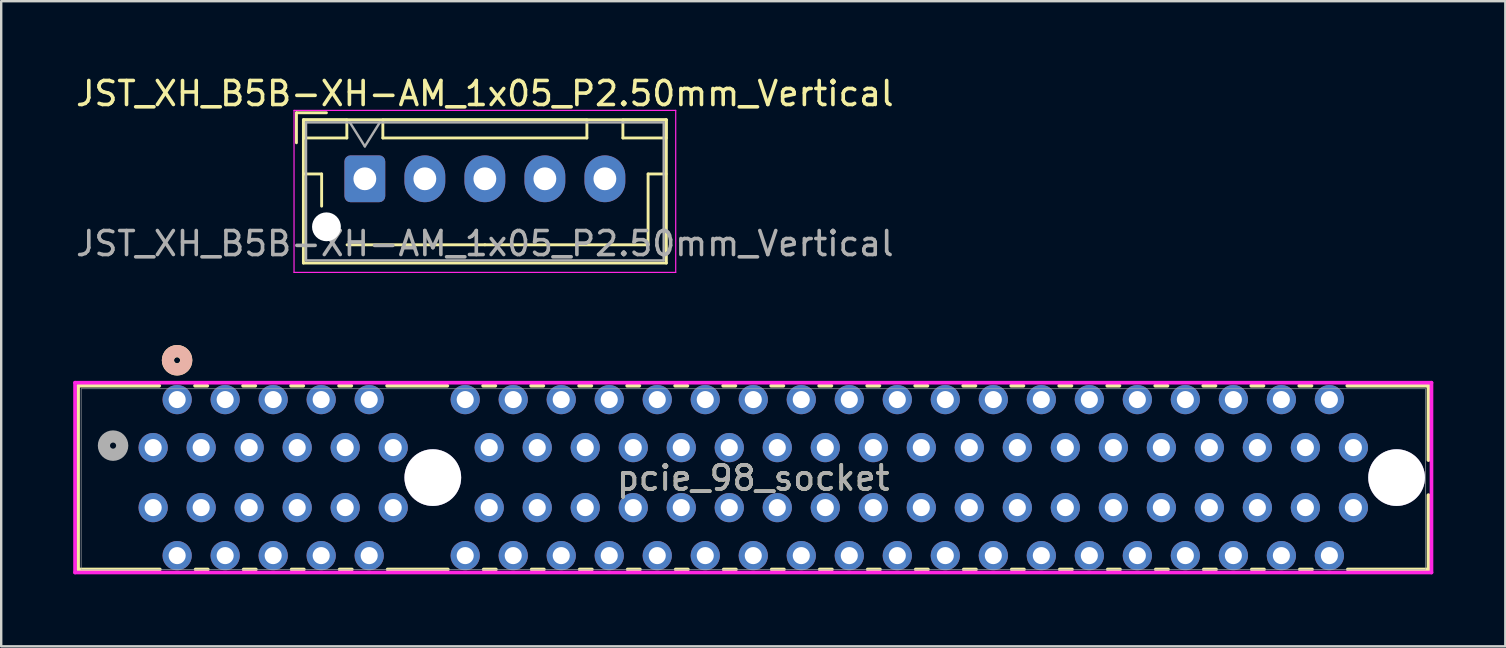
<source format=kicad_pcb>
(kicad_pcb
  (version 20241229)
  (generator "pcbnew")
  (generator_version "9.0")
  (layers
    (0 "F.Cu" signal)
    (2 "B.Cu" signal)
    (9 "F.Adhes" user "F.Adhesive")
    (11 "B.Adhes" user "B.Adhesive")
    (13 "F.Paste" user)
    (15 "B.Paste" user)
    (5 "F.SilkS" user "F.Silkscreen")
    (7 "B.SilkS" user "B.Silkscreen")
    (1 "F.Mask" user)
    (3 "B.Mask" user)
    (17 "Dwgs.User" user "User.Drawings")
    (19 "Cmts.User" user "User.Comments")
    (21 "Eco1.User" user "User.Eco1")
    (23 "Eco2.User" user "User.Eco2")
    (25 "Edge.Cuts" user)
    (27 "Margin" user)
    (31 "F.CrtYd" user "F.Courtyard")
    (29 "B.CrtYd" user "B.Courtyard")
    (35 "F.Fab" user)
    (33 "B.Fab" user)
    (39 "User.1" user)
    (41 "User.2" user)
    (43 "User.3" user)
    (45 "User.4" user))
  (footprint "JST_XH_B5B-XH-AM_1x05_P2.50mm_Vertical"
    (layer "F.Cu")
    (at 12.149 4.398)
    (property "Reference" "JST_XH_B5B-XH-AM_1x05_P2.50mm_Vertical" (at 5 -3.55 0) (layer "F.SilkS") (effects (font (size 1 1) (thickness 0.15))))
    (attr through_hole)
    (fp_line (start -2.85 -2.75) (end -2.85 -1.5) (stroke (width 0.12) (type solid)) (layer "F.SilkS"))
    (fp_line (start -2.56 -2.46) (end -2.56 3.51) (stroke (width 0.12) (type solid)) (layer "F.SilkS"))
    (fp_line (start -2.56 3.51) (end 12.56 3.51) (stroke (width 0.12) (type solid)) (layer "F.SilkS"))
    (fp_line (start -2.55 -2.45) (end -2.55 -1.7) (stroke (width 0.12) (type solid)) (layer "F.SilkS"))
    (fp_line (start -2.55 -1.7) (end -0.75 -1.7) (stroke (width 0.12) (type solid)) (layer "F.SilkS"))
    (fp_line (start -2.55 -0.2) (end -1.8 -0.2) (stroke (width 0.12) (type solid)) (layer "F.SilkS"))
    (fp_line (start -1.8 -0.2) (end -1.8 1.14) (stroke (width 0.12) (type solid)) (layer "F.SilkS"))
    (fp_line (start -1.6 -2.75) (end -2.85 -2.75) (stroke (width 0.12) (type solid)) (layer "F.SilkS"))
    (fp_line (start -0.75 -2.45) (end -2.55 -2.45) (stroke (width 0.12) (type solid)) (layer "F.SilkS"))
    (fp_line (start -0.75 -1.7) (end -0.75 -2.45) (stroke (width 0.12) (type solid)) (layer "F.SilkS"))
    (fp_line (start 0.75 -2.45) (end 0.75 -1.7) (stroke (width 0.12) (type solid)) (layer "F.SilkS"))
    (fp_line (start 0.75 -1.7) (end 9.25 -1.7) (stroke (width 0.12) (type solid)) (layer "F.SilkS"))
    (fp_line (start 5 2.75) (end -0.74 2.75) (stroke (width 0.12) (type solid)) (layer "F.SilkS"))
    (fp_line (start 9.25 -2.45) (end 0.75 -2.45) (stroke (width 0.12) (type solid)) (layer "F.SilkS"))
    (fp_line (start 9.25 -1.7) (end 9.25 -2.45) (stroke (width 0.12) (type solid)) (layer "F.SilkS"))
    (fp_line (start 10.75 -2.45) (end 10.75 -1.7) (stroke (width 0.12) (type solid)) (layer "F.SilkS"))
    (fp_line (start 10.75 -1.7) (end 12.55 -1.7) (stroke (width 0.12) (type solid)) (layer "F.SilkS"))
    (fp_line (start 11.8 -0.2) (end 11.8 2.75) (stroke (width 0.12) (type solid)) (layer "F.SilkS"))
    (fp_line (start 11.8 2.75) (end 5 2.75) (stroke (width 0.12) (type solid)) (layer "F.SilkS"))
    (fp_line (start 12.55 -2.45) (end 10.75 -2.45) (stroke (width 0.12) (type solid)) (layer "F.SilkS"))
    (fp_line (start 12.55 -1.7) (end 12.55 -2.45) (stroke (width 0.12) (type solid)) (layer "F.SilkS"))
    (fp_line (start 12.55 -0.2) (end 11.8 -0.2) (stroke (width 0.12) (type solid)) (layer "F.SilkS"))
    (fp_line (start 12.56 -2.46) (end -2.56 -2.46) (stroke (width 0.12) (type solid)) (layer "F.SilkS"))
    (fp_line (start 12.56 3.51) (end 12.56 -2.46) (stroke (width 0.12) (type solid)) (layer "F.SilkS"))
    (fp_line (start -2.95 -2.85) (end -2.95 3.9) (stroke (width 0.05) (type solid)) (layer "F.CrtYd"))
    (fp_line (start -2.95 3.9) (end 12.95 3.9) (stroke (width 0.05) (type solid)) (layer "F.CrtYd"))
    (fp_line (start 12.95 -2.85) (end -2.95 -2.85) (stroke (width 0.05) (type solid)) (layer "F.CrtYd"))
    (fp_line (start 12.95 3.9) (end 12.95 -2.85) (stroke (width 0.05) (type solid)) (layer "F.CrtYd"))
    (fp_line (start -2.45 -2.35) (end -2.45 3.4) (stroke (width 0.1) (type solid)) (layer "F.Fab"))
    (fp_line (start -2.45 3.4) (end 12.45 3.4) (stroke (width 0.1) (type solid)) (layer "F.Fab"))
    (fp_line (start -0.625 -2.35) (end 0 -1.35) (stroke (width 0.1) (type solid)) (layer "F.Fab"))
    (fp_line (start 0 -1.35) (end 0.625 -2.35) (stroke (width 0.1) (type solid)) (layer "F.Fab"))
    (fp_line (start 12.45 -2.35) (end -2.45 -2.35) (stroke (width 0.1) (type solid)) (layer "F.Fab"))
    (fp_line (start 12.45 3.4) (end 12.45 -2.35) (stroke (width 0.1) (type solid)) (layer "F.Fab"))
    (fp_text user "${REFERENCE}" (at 5 2.7 0) (layer "F.Fab") (effects (font (size 1 1) (thickness 0.15))))
    (pad "" np_thru_hole circle (at -1.6 2) (size 1.2 1.2) (drill 1.2) (layers "*.Cu" "*.Mask"))
    (pad "1" thru_hole roundrect (at 0 0) (size 1.7 1.95) (drill 0.95) (layers "*.Cu" "*.Mask") (roundrect_rratio 0.147))
    (pad "2" thru_hole oval (at 2.5 0) (size 1.7 1.95) (drill 0.95) (layers "*.Cu" "*.Mask"))
    (pad "3" thru_hole oval (at 5 0) (size 1.7 1.95) (drill 0.95) (layers "*.Cu" "*.Mask"))
    (pad "4" thru_hole oval (at 7.5 0) (size 1.7 1.95) (drill 0.95) (layers "*.Cu" "*.Mask"))
    (pad "5" thru_hole oval (at 10 0) (size 1.7 1.95) (drill 0.95) (layers "*.Cu" "*.Mask")))
  (footprint "pcie_98_socket"
    (layer "F.Cu")
    (at 14.98 16.846)
    (property "Reference" "pcie_98_socket" (at 13.35 0.014 0) (unlocked yes) (layer "F.SilkS") (effects (font (size 1 1) (thickness 0.15))))
    (attr through_hole)
    (fp_line (start -14.777 -3.827) (end -11.395 -3.827) (stroke (width 0.152) (type solid)) (layer "F.SilkS"))
    (fp_line (start -14.777 3.827) (end -14.777 -3.827) (stroke (width 0.152) (type solid)) (layer "F.SilkS"))
    (fp_line (start -14.754 3.827) (end -11.372 3.827) (stroke (width 0.152) (type solid)) (layer "F.SilkS"))
    (fp_line (start -9.905 -3.827) (end -9.395 -3.827) (stroke (width 0.152) (type solid)) (layer "F.SilkS"))
    (fp_line (start -9.882 3.827) (end -9.372 3.827) (stroke (width 0.152) (type solid)) (layer "F.SilkS"))
    (fp_line (start -7.905 -3.827) (end -7.395 -3.827) (stroke (width 0.152) (type solid)) (layer "F.SilkS"))
    (fp_line (start -7.882 3.827) (end -7.372 3.827) (stroke (width 0.152) (type solid)) (layer "F.SilkS"))
    (fp_line (start -5.905 -3.827) (end -5.395 -3.827) (stroke (width 0.152) (type solid)) (layer "F.SilkS"))
    (fp_line (start -5.882 3.827) (end -5.372 3.827) (stroke (width 0.152) (type solid)) (layer "F.SilkS"))
    (fp_line (start -3.905 -3.827) (end -3.395 -3.827) (stroke (width 0.152) (type solid)) (layer "F.SilkS"))
    (fp_line (start -3.882 3.827) (end -3.372 3.827) (stroke (width 0.152) (type solid)) (layer "F.SilkS"))
    (fp_line (start -1.905 -3.827) (end 0.605 -3.827) (stroke (width 0.152) (type solid)) (layer "F.SilkS"))
    (fp_line (start -1.882 3.827) (end 0.628 3.827) (stroke (width 0.152) (type solid)) (layer "F.SilkS"))
    (fp_line (start 2.095 -3.827) (end 2.605 -3.827) (stroke (width 0.152) (type solid)) (layer "F.SilkS"))
    (fp_line (start 2.118 3.827) (end 2.628 3.827) (stroke (width 0.152) (type solid)) (layer "F.SilkS"))
    (fp_line (start 4.095 -3.827) (end 4.605 -3.827) (stroke (width 0.152) (type solid)) (layer "F.SilkS"))
    (fp_line (start 4.118 3.827) (end 4.628 3.827) (stroke (width 0.152) (type solid)) (layer "F.SilkS"))
    (fp_line (start 6.095 -3.827) (end 6.605 -3.827) (stroke (width 0.152) (type solid)) (layer "F.SilkS"))
    (fp_line (start 6.118 3.827) (end 6.628 3.827) (stroke (width 0.152) (type solid)) (layer "F.SilkS"))
    (fp_line (start 8.095 -3.827) (end 8.605 -3.827) (stroke (width 0.152) (type solid)) (layer "F.SilkS"))
    (fp_line (start 8.118 3.827) (end 8.628 3.827) (stroke (width 0.152) (type solid)) (layer "F.SilkS"))
    (fp_line (start 10.095 -3.827) (end 10.605 -3.827) (stroke (width 0.152) (type solid)) (layer "F.SilkS"))
    (fp_line (start 10.118 3.827) (end 10.628 3.827) (stroke (width 0.152) (type solid)) (layer "F.SilkS"))
    (fp_line (start 12.095 -3.827) (end 12.605 -3.827) (stroke (width 0.152) (type solid)) (layer "F.SilkS"))
    (fp_line (start 12.118 3.827) (end 12.628 3.827) (stroke (width 0.152) (type solid)) (layer "F.SilkS"))
    (fp_line (start 14.095 -3.827) (end 14.605 -3.827) (stroke (width 0.152) (type solid)) (layer "F.SilkS"))
    (fp_line (start 14.118 3.827) (end 14.628 3.827) (stroke (width 0.152) (type solid)) (layer "F.SilkS"))
    (fp_line (start 16.095 -3.827) (end 16.605 -3.827) (stroke (width 0.152) (type solid)) (layer "F.SilkS"))
    (fp_line (start 16.118 3.827) (end 16.628 3.827) (stroke (width 0.152) (type solid)) (layer "F.SilkS"))
    (fp_line (start 18.095 -3.827) (end 18.605 -3.827) (stroke (width 0.152) (type solid)) (layer "F.SilkS"))
    (fp_line (start 18.118 3.827) (end 18.628 3.827) (stroke (width 0.152) (type solid)) (layer "F.SilkS"))
    (fp_line (start 20.095 -3.827) (end 20.605 -3.827) (stroke (width 0.152) (type solid)) (layer "F.SilkS"))
    (fp_line (start 20.118 3.827) (end 20.628 3.827) (stroke (width 0.152) (type solid)) (layer "F.SilkS"))
    (fp_line (start 22.095 -3.827) (end 22.605 -3.827) (stroke (width 0.152) (type solid)) (layer "F.SilkS"))
    (fp_line (start 22.118 3.827) (end 22.628 3.827) (stroke (width 0.152) (type solid)) (layer "F.SilkS"))
    (fp_line (start 24.095 -3.827) (end 24.605 -3.827) (stroke (width 0.152) (type solid)) (layer "F.SilkS"))
    (fp_line (start 24.118 3.827) (end 24.628 3.827) (stroke (width 0.152) (type solid)) (layer "F.SilkS"))
    (fp_line (start 26.095 -3.827) (end 26.605 -3.827) (stroke (width 0.152) (type solid)) (layer "F.SilkS"))
    (fp_line (start 26.118 3.827) (end 26.628 3.827) (stroke (width 0.152) (type solid)) (layer "F.SilkS"))
    (fp_line (start 28.095 -3.827) (end 28.605 -3.827) (stroke (width 0.152) (type solid)) (layer "F.SilkS"))
    (fp_line (start 28.118 3.827) (end 28.628 3.827) (stroke (width 0.152) (type solid)) (layer "F.SilkS"))
    (fp_line (start 30.095 -3.827) (end 30.605 -3.827) (stroke (width 0.152) (type solid)) (layer "F.SilkS"))
    (fp_line (start 30.118 3.827) (end 30.628 3.827) (stroke (width 0.152) (type solid)) (layer "F.SilkS"))
    (fp_line (start 32.095 -3.827) (end 32.605 -3.827) (stroke (width 0.152) (type solid)) (layer "F.SilkS"))
    (fp_line (start 32.118 3.827) (end 32.628 3.827) (stroke (width 0.152) (type solid)) (layer "F.SilkS"))
    (fp_line (start 34.095 -3.827) (end 34.605 -3.827) (stroke (width 0.152) (type solid)) (layer "F.SilkS"))
    (fp_line (start 34.118 3.827) (end 34.628 3.827) (stroke (width 0.152) (type solid)) (layer "F.SilkS"))
    (fp_line (start 36.095 -3.827) (end 36.605 -3.827) (stroke (width 0.152) (type solid)) (layer "F.SilkS"))
    (fp_line (start 36.118 3.827) (end 36.628 3.827) (stroke (width 0.152) (type solid)) (layer "F.SilkS"))
    (fp_line (start 38.095 -3.827) (end 41.477 -3.827) (stroke (width 0.152) (type solid)) (layer "F.SilkS"))
    (fp_line (start 38.118 3.827) (end 41.477 3.827) (stroke (width 0.152) (type solid)) (layer "F.SilkS"))
    (fp_line (start 41.477 -3.827) (end 41.477 -0.729) (stroke (width 0.152) (type solid)) (layer "F.SilkS"))
    (fp_line (start 41.477 0.729) (end 41.477 3.827) (stroke (width 0.152) (type solid)) (layer "F.SilkS"))
    (fp_circle (center -10.653 -4.888) (end -10.272 -4.888) (stroke (width 0.508) (type solid)) (fill no) (layer "F.SilkS"))
    (fp_circle (center -10.653 -4.888) (end -10.272 -4.888) (stroke (width 0.508) (type solid)) (fill no) (layer "B.SilkS"))
    (fp_line (start -14.904 -3.954) (end -14.904 3.954) (stroke (width 0.152) (type solid)) (layer "F.CrtYd"))
    (fp_line (start -14.904 3.954) (end 41.604 3.954) (stroke (width 0.152) (type solid)) (layer "F.CrtYd"))
    (fp_line (start 41.604 -3.954) (end -14.904 -3.954) (stroke (width 0.152) (type solid)) (layer "F.CrtYd"))
    (fp_line (start 41.604 3.954) (end 41.604 -3.954) (stroke (width 0.152) (type solid)) (layer "F.CrtYd"))
    (fp_line (start -14.65 -3.7) (end -14.65 3.827) (stroke (width 0.025) (type solid)) (layer "F.Fab"))
    (fp_line (start -14.65 3.827) (end 41.35 3.827) (stroke (width 0.025) (type solid)) (layer "F.Fab"))
    (fp_line (start 41.35 -3.7) (end -14.65 -3.7) (stroke (width 0.025) (type solid)) (layer "F.Fab"))
    (fp_line (start 41.35 3.827) (end 41.35 -3.7) (stroke (width 0.025) (type solid)) (layer "F.Fab"))
    (fp_line (start 41.373 3.954) (end -14.627 3.954) (stroke (width 0.025) (type solid)) (layer "F.Fab"))
    (fp_circle (center -13.32 -1.332) (end -12.939 -1.332) (stroke (width 0.508) (type solid)) (fill no) (layer "F.Fab"))
    (fp_text user "${REFERENCE}" (at 13.35 0.014 0) (unlocked yes) (layer "F.Fab") (effects (font (size 1 1) (thickness 0.15))))
    (pad "99" thru_hole circle (at 0 0) (size 2.362 2.362) (drill 2.362) (layers "*.Cu" "*.Mask"))
    (pad "100" thru_hole circle (at 40.15 0) (size 2.362 2.362) (drill 2.362) (layers "*.Cu" "*.Mask"))
    (pad "A1" thru_hole circle (at -11.65 -1.25 90) (size 1.219 1.219) (drill 0.711) (layers "*.Cu" "*.Mask"))
    (pad "A2" thru_hole circle (at -10.65 -3.25 90) (size 1.219 1.219) (drill 0.711) (layers "*.Cu" "*.Mask"))
    (pad "A3" thru_hole circle (at -9.65 -1.25 90) (size 1.219 1.219) (drill 0.711) (layers "*.Cu" "*.Mask"))
    (pad "A4" thru_hole circle (at -8.65 -3.25 90) (size 1.219 1.219) (drill 0.711) (layers "*.Cu" "*.Mask"))
    (pad "A5" thru_hole circle (at -7.65 -1.25 90) (size 1.219 1.219) (drill 0.711) (layers "*.Cu" "*.Mask"))
    (pad "A6" thru_hole circle (at -6.65 -3.25 90) (size 1.219 1.219) (drill 0.711) (layers "*.Cu" "*.Mask"))
    (pad "A7" thru_hole circle (at -5.65 -1.25 90) (size 1.219 1.219) (drill 0.711) (layers "*.Cu" "*.Mask"))
    (pad "A8" thru_hole circle (at -4.65 -3.25 90) (size 1.219 1.219) (drill 0.711) (layers "*.Cu" "*.Mask"))
    (pad "A9" thru_hole circle (at -3.65 -1.25 90) (size 1.219 1.219) (drill 0.711) (layers "*.Cu" "*.Mask"))
    (pad "A10" thru_hole circle (at -2.65 -3.25 90) (size 1.219 1.219) (drill 0.711) (layers "*.Cu" "*.Mask"))
    (pad "A11" thru_hole circle (at -1.65 -1.25 90) (size 1.219 1.219) (drill 0.711) (layers "*.Cu" "*.Mask"))
    (pad "A12" thru_hole circle (at 1.35 -3.25 90) (size 1.219 1.219) (drill 0.711) (layers "*.Cu" "*.Mask"))
    (pad "A13" thru_hole circle (at 2.35 -1.25 90) (size 1.219 1.219) (drill 0.711) (layers "*.Cu" "*.Mask"))
    (pad "A14" thru_hole circle (at 3.35 -3.25 90) (size 1.219 1.219) (drill 0.711) (layers "*.Cu" "*.Mask"))
    (pad "A15" thru_hole circle (at 4.35 -1.25 90) (size 1.219 1.219) (drill 0.711) (layers "*.Cu" "*.Mask"))
    (pad "A16" thru_hole circle (at 5.35 -3.25 90) (size 1.219 1.219) (drill 0.711) (layers "*.Cu" "*.Mask"))
    (pad "A17" thru_hole circle (at 6.35 -1.25 90) (size 1.219 1.219) (drill 0.711) (layers "*.Cu" "*.Mask"))
    (pad "A18" thru_hole circle (at 7.35 -3.25 90) (size 1.219 1.219) (drill 0.711) (layers "*.Cu" "*.Mask"))
    (pad "A19" thru_hole circle (at 8.35 -1.25 90) (size 1.219 1.219) (drill 0.711) (layers "*.Cu" "*.Mask"))
    (pad "A20" thru_hole circle (at 9.35 -3.25 90) (size 1.219 1.219) (drill 0.711) (layers "*.Cu" "*.Mask"))
    (pad "A21" thru_hole circle (at 10.35 -1.25 90) (size 1.219 1.219) (drill 0.711) (layers "*.Cu" "*.Mask"))
    (pad "A22" thru_hole circle (at 11.35 -3.25 90) (size 1.219 1.219) (drill 0.711) (layers "*.Cu" "*.Mask"))
    (pad "A23" thru_hole circle (at 12.35 -1.25 90) (size 1.219 1.219) (drill 0.711) (layers "*.Cu" "*.Mask"))
    (pad "A24" thru_hole circle (at 13.35 -3.25 90) (size 1.219 1.219) (drill 0.711) (layers "*.Cu" "*.Mask"))
    (pad "A25" thru_hole circle (at 14.35 -1.25 90) (size 1.219 1.219) (drill 0.711) (layers "*.Cu" "*.Mask"))
    (pad "A26" thru_hole circle (at 15.35 -3.25 90) (size 1.219 1.219) (drill 0.711) (layers "*.Cu" "*.Mask"))
    (pad "A27" thru_hole circle (at 16.35 -1.25 90) (size 1.219 1.219) (drill 0.711) (layers "*.Cu" "*.Mask"))
    (pad "A28" thru_hole circle (at 17.35 -3.25 90) (size 1.219 1.219) (drill 0.711) (layers "*.Cu" "*.Mask"))
    (pad "A29" thru_hole circle (at 18.35 -1.25 90) (size 1.219 1.219) (drill 0.711) (layers "*.Cu" "*.Mask"))
    (pad "A30" thru_hole circle (at 19.35 -3.25 90) (size 1.219 1.219) (drill 0.711) (layers "*.Cu" "*.Mask"))
    (pad "A31" thru_hole circle (at 20.35 -1.25 90) (size 1.219 1.219) (drill 0.711) (layers "*.Cu" "*.Mask"))
    (pad "A32" thru_hole circle (at 21.35 -3.25 90) (size 1.219 1.219) (drill 0.711) (layers "*.Cu" "*.Mask"))
    (pad "A33" thru_hole circle (at 22.35 -1.25 90) (size 1.219 1.219) (drill 0.711) (layers "*.Cu" "*.Mask"))
    (pad "A34" thru_hole circle (at 23.35 -3.25 90) (size 1.219 1.219) (drill 0.711) (layers "*.Cu" "*.Mask"))
    (pad "A35" thru_hole circle (at 24.35 -1.25 90) (size 1.219 1.219) (drill 0.711) (layers "*.Cu" "*.Mask"))
    (pad "A36" thru_hole circle (at 25.35 -3.25 90) (size 1.219 1.219) (drill 0.711) (layers "*.Cu" "*.Mask"))
    (pad "A37" thru_hole circle (at 26.35 -1.25 90) (size 1.219 1.219) (drill 0.711) (layers "*.Cu" "*.Mask"))
    (pad "A38" thru_hole circle (at 27.35 -3.25 90) (size 1.219 1.219) (drill 0.711) (layers "*.Cu" "*.Mask"))
    (pad "A39" thru_hole circle (at 28.35 -1.25 90) (size 1.219 1.219) (drill 0.711) (layers "*.Cu" "*.Mask"))
    (pad "A40" thru_hole circle (at 29.35 -3.25 90) (size 1.219 1.219) (drill 0.711) (layers "*.Cu" "*.Mask"))
    (pad "A41" thru_hole circle (at 30.35 -1.25 90) (size 1.219 1.219) (drill 0.711) (layers "*.Cu" "*.Mask"))
    (pad "A42" thru_hole circle (at 31.35 -3.25 90) (size 1.219 1.219) (drill 0.711) (layers "*.Cu" "*.Mask"))
    (pad "A43" thru_hole circle (at 32.35 -1.25 90) (size 1.219 1.219) (drill 0.711) (layers "*.Cu" "*.Mask"))
    (pad "A44" thru_hole circle (at 33.35 -3.25 90) (size 1.219 1.219) (drill 0.711) (layers "*.Cu" "*.Mask"))
    (pad "A45" thru_hole circle (at 34.35 -1.25 90) (size 1.219 1.219) (drill 0.711) (layers "*.Cu" "*.Mask"))
    (pad "A46" thru_hole circle (at 35.35 -3.25 90) (size 1.219 1.219) (drill 0.711) (layers "*.Cu" "*.Mask"))
    (pad "A47" thru_hole circle (at 36.35 -1.25 90) (size 1.219 1.219) (drill 0.711) (layers "*.Cu" "*.Mask"))
    (pad "A48" thru_hole circle (at 37.35 -3.25 90) (size 1.219 1.219) (drill 0.711) (layers "*.Cu" "*.Mask"))
    (pad "A49" thru_hole circle (at 38.35 -1.25 90) (size 1.219 1.219) (drill 0.711) (layers "*.Cu" "*.Mask"))
    (pad "B1" thru_hole circle (at -11.65 1.25 90) (size 1.219 1.219) (drill 0.711) (layers "*.Cu" "*.Mask"))
    (pad "B2" thru_hole circle (at -10.65 3.25 90) (size 1.219 1.219) (drill 0.711) (layers "*.Cu" "*.Mask"))
    (pad "B3" thru_hole circle (at -9.65 1.25 90) (size 1.219 1.219) (drill 0.711) (layers "*.Cu" "*.Mask"))
    (pad "B4" thru_hole circle (at -8.65 3.25 90) (size 1.219 1.219) (drill 0.711) (layers "*.Cu" "*.Mask"))
    (pad "B5" thru_hole circle (at -7.65 1.25 90) (size 1.219 1.219) (drill 0.711) (layers "*.Cu" "*.Mask"))
    (pad "B6" thru_hole circle (at -6.65 3.25 90) (size 1.219 1.219) (drill 0.711) (layers "*.Cu" "*.Mask"))
    (pad "B7" thru_hole circle (at -5.65 1.25 90) (size 1.219 1.219) (drill 0.711) (layers "*.Cu" "*.Mask"))
    (pad "B8" thru_hole circle (at -4.65 3.25 90) (size 1.219 1.219) (drill 0.711) (layers "*.Cu" "*.Mask"))
    (pad "B9" thru_hole circle (at -3.65 1.25 90) (size 1.219 1.219) (drill 0.711) (layers "*.Cu" "*.Mask"))
    (pad "B10" thru_hole circle (at -2.65 3.25 90) (size 1.219 1.219) (drill 0.711) (layers "*.Cu" "*.Mask"))
    (pad "B11" thru_hole circle (at -1.65 1.25 90) (size 1.219 1.219) (drill 0.711) (layers "*.Cu" "*.Mask"))
    (pad "B12" thru_hole circle (at 1.35 3.25 90) (size 1.219 1.219) (drill 0.711) (layers "*.Cu" "*.Mask"))
    (pad "B13" thru_hole circle (at 2.35 1.25 90) (size 1.219 1.219) (drill 0.711) (layers "*.Cu" "*.Mask"))
    (pad "B14" thru_hole circle (at 3.35 3.25 90) (size 1.219 1.219) (drill 0.711) (layers "*.Cu" "*.Mask"))
    (pad "B15" thru_hole circle (at 4.35 1.25 90) (size 1.219 1.219) (drill 0.711) (layers "*.Cu" "*.Mask"))
    (pad "B16" thru_hole circle (at 5.35 3.25 90) (size 1.219 1.219) (drill 0.711) (layers "*.Cu" "*.Mask"))
    (pad "B17" thru_hole circle (at 6.35 1.25 90) (size 1.219 1.219) (drill 0.711) (layers "*.Cu" "*.Mask"))
    (pad "B18" thru_hole circle (at 7.35 3.25 90) (size 1.219 1.219) (drill 0.711) (layers "*.Cu" "*.Mask"))
    (pad "B19" thru_hole circle (at 8.35 1.25 90) (size 1.219 1.219) (drill 0.711) (layers "*.Cu" "*.Mask"))
    (pad "B20" thru_hole circle (at 9.35 3.25 90) (size 1.219 1.219) (drill 0.711) (layers "*.Cu" "*.Mask"))
    (pad "B21" thru_hole circle (at 10.35 1.25 90) (size 1.219 1.219) (drill 0.711) (layers "*.Cu" "*.Mask"))
    (pad "B22" thru_hole circle (at 11.35 3.25 90) (size 1.219 1.219) (drill 0.711) (layers "*.Cu" "*.Mask"))
    (pad "B23" thru_hole circle (at 12.35 1.25 90) (size 1.219 1.219) (drill 0.711) (layers "*.Cu" "*.Mask"))
    (pad "B73" thru_hole circle (at 13.35 3.25 90) (size 1.219 1.219) (drill 0.711) (layers "*.Cu" "*.Mask"))
    (pad "B74" thru_hole circle (at 14.35 1.25 90) (size 1.219 1.219) (drill 0.711) (layers "*.Cu" "*.Mask"))
    (pad "B75" thru_hole circle (at 15.35 3.25 90) (size 1.219 1.219) (drill 0.711) (layers "*.Cu" "*.Mask"))
    (pad "B76" thru_hole circle (at 16.35 1.25 90) (size 1.219 1.219) (drill 0.711) (layers "*.Cu" "*.Mask"))
    (pad "B77" thru_hole circle (at 17.35 3.25 90) (size 1.219 1.219) (drill 0.711) (layers "*.Cu" "*.Mask"))
    (pad "B78" thru_hole circle (at 18.35 1.25 90) (size 1.219 1.219) (drill 0.711) (layers "*.Cu" "*.Mask"))
    (pad "B79" thru_hole circle (at 19.35 3.25 90) (size 1.219 1.219) (drill 0.711) (layers "*.Cu" "*.Mask"))
    (pad "B80" thru_hole circle (at 20.35 1.25 90) (size 1.219 1.219) (drill 0.711) (layers "*.Cu" "*.Mask"))
    (pad "B81" thru_hole circle (at 21.35 3.25 90) (size 1.219 1.219) (drill 0.711) (layers "*.Cu" "*.Mask"))
    (pad "B82" thru_hole circle (at 22.35 1.25 90) (size 1.219 1.219) (drill 0.711) (layers "*.Cu" "*.Mask"))
    (pad "B83" thru_hole circle (at 23.35 3.25 90) (size 1.219 1.219) (drill 0.711) (layers "*.Cu" "*.Mask"))
    (pad "B84" thru_hole circle (at 24.35 1.25 90) (size 1.219 1.219) (drill 0.711) (layers "*.Cu" "*.Mask"))
    (pad "B85" thru_hole circle (at 25.35 3.25 90) (size 1.219 1.219) (drill 0.711) (layers "*.Cu" "*.Mask"))
    (pad "B86" thru_hole circle (at 26.35 1.25 90) (size 1.219 1.219) (drill 0.711) (layers "*.Cu" "*.Mask"))
    (pad "B87" thru_hole circle (at 27.35 3.25 90) (size 1.219 1.219) (drill 0.711) (layers "*.Cu" "*.Mask"))
    (pad "B88" thru_hole circle (at 28.35 1.25 90) (size 1.219 1.219) (drill 0.711) (layers "*.Cu" "*.Mask"))
    (pad "B89" thru_hole circle (at 29.35 3.25 90) (size 1.219 1.219) (drill 0.711) (layers "*.Cu" "*.Mask"))
    (pad "B90" thru_hole circle (at 30.35 1.25 90) (size 1.219 1.219) (drill 0.711) (layers "*.Cu" "*.Mask"))
    (pad "B91" thru_hole circle (at 31.35 3.25 90) (size 1.219 1.219) (drill 0.711) (layers "*.Cu" "*.Mask"))
    (pad "B92" thru_hole circle (at 32.35 1.25 90) (size 1.219 1.219) (drill 0.711) (layers "*.Cu" "*.Mask"))
    (pad "B93" thru_hole circle (at 33.35 3.25 90) (size 1.219 1.219) (drill 0.711) (layers "*.Cu" "*.Mask"))
    (pad "B94" thru_hole circle (at 34.35 1.25 90) (size 1.219 1.219) (drill 0.711) (layers "*.Cu" "*.Mask"))
    (pad "B95" thru_hole circle (at 35.35 3.25 90) (size 1.219 1.219) (drill 0.711) (layers "*.Cu" "*.Mask"))
    (pad "B96" thru_hole circle (at 36.35 1.25 90) (size 1.219 1.219) (drill 0.711) (layers "*.Cu" "*.Mask"))
    (pad "B97" thru_hole circle (at 37.35 3.25 90) (size 1.219 1.219) (drill 0.711) (layers "*.Cu" "*.Mask"))
    (pad "B98" thru_hole circle (at 38.35 1.25 90) (size 1.219 1.219) (drill 0.711) (layers "*.Cu" "*.Mask")))
  (gr_rect
    (start -3 -3)
    (end 59.66 23.876)
    (stroke (width 0.1) (type default))
    (fill no)
    (layer "Edge.Cuts")))
</source>
